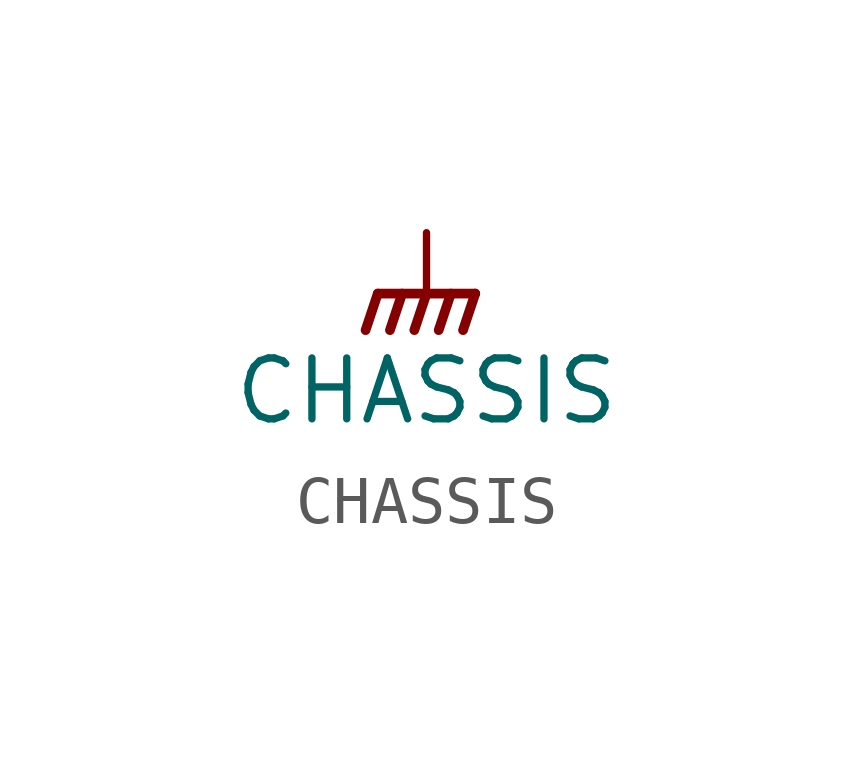
<source format=kicad_sym>
(kicad_symbol_lib
  (version 20211014)
  (generator kicad_symbol_editor)
  (symbol "CHASSIS"
    (power)
    (pin_names
      (offset 0))
    (property "Reference" "#PWR"
      (at 0 -5.08 0)
      (effects (font (size 1.27 1.27)) hide))
    (property "Value" "CHASSIS"
      (at 0 -3.302 0)
      (effects (font (size 1.27 1.27))))
    (symbol "CHASSIS_0_1"
      (polyline (pts (xy 0 -1.27) (xy 0 0)) (stroke (width 0) (type default) (color 0 0 0 0)) (fill (type none)))
      (polyline (pts (xy -1.016 -1.27) (xy -1.27 -2.032) (xy -1.27 -2.032)) (stroke (width 0.203) (type default) (color 0 0 0 0)) (fill (type none)))
      (polyline (pts (xy -0.508 -1.27) (xy -0.762 -2.032) (xy -0.762 -2.032)) (stroke (width 0.203) (type default) (color 0 0 0 0)) (fill (type none)))
      (polyline (pts (xy 0 -1.27) (xy -0.254 -2.032) (xy -0.254 -2.032)) (stroke (width 0.203) (type default) (color 0 0 0 0)) (fill (type none)))
      (polyline (pts (xy 0.508 -1.27) (xy 0.254 -2.032) (xy 0.254 -2.032)) (stroke (width 0.203) (type default) (color 0 0 0 0)) (fill (type none)))
      (polyline (pts (xy 1.016 -1.27) (xy -1.016 -1.27) (xy -1.016 -1.27)) (stroke (width 0.203) (type default) (color 0 0 0 0)) (fill (type none)))
      (polyline (pts (xy 1.016 -1.27) (xy 0.762 -2.032) (xy 0.762 -2.032) (xy 0.762 -2.032)) (stroke (width 0.203) (type default) (color 0 0 0 0)) (fill (type none))))
    (symbol "CHASSIS_1_1"
      (pin power_in line (at 0 0 270) (length 0) hide (name "GNDPWR" (effects (font (size 1.27 1.27)))) (number "1" (effects (font (size 1.27 1.27))))))))
</source>
